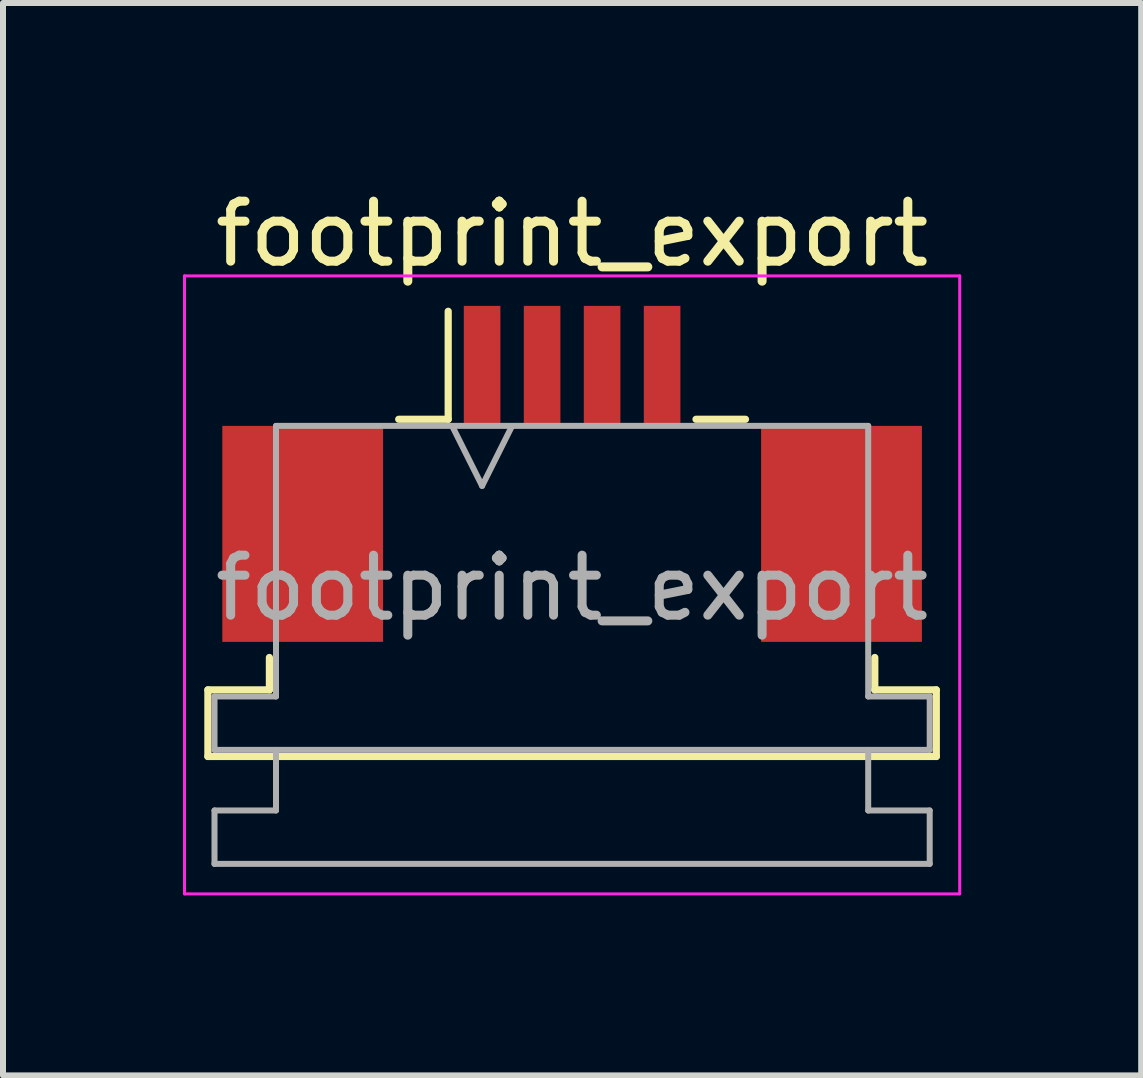
<source format=kicad_pcb>
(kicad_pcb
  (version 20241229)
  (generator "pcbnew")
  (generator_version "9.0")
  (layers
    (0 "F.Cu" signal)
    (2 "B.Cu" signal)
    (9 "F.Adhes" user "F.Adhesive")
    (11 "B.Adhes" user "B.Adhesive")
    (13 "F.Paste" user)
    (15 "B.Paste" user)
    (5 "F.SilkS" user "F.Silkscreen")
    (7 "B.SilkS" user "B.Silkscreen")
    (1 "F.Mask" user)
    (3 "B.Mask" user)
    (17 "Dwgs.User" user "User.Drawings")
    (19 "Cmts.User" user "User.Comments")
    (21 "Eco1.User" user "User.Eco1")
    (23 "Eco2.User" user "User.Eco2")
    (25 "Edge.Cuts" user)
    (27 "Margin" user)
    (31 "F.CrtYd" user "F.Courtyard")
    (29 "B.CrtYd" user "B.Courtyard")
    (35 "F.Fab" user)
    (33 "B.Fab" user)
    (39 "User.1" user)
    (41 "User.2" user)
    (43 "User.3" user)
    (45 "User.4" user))
  (footprint "footprint_export"
    (layer "F.Cu")
    (at 6.485 4.848)
    (property "Reference" "footprint_export" (at 0 -4 0) (layer "F.SilkS") (effects (font (size 1 1) (thickness 0.15))))
    (attr smd)
    (fp_line (start -6.07 3.6) (end -5.045 3.6) (stroke (width 0.12) (type solid)) (layer "F.SilkS"))
    (fp_line (start -6.07 4.71) (end -6.07 3.6) (stroke (width 0.12) (type solid)) (layer "F.SilkS"))
    (fp_line (start -5.045 3.6) (end -5.045 3.06) (stroke (width 0.12) (type solid)) (layer "F.SilkS"))
    (fp_line (start -2.89 -0.91) (end -2.065 -0.91) (stroke (width 0.12) (type solid)) (layer "F.SilkS"))
    (fp_line (start -2.065 -0.91) (end -2.065 -2.71) (stroke (width 0.12) (type solid)) (layer "F.SilkS"))
    (fp_line (start 2.065 -0.91) (end 2.89 -0.91) (stroke (width 0.12) (type solid)) (layer "F.SilkS"))
    (fp_line (start 5.045 3.06) (end 5.045 3.6) (stroke (width 0.12) (type solid)) (layer "F.SilkS"))
    (fp_line (start 5.045 3.6) (end 6.07 3.6) (stroke (width 0.12) (type solid)) (layer "F.SilkS"))
    (fp_line (start 6.07 3.6) (end 6.07 4.71) (stroke (width 0.12) (type solid)) (layer "F.SilkS"))
    (fp_line (start 6.07 4.71) (end -6.07 4.71) (stroke (width 0.12) (type solid)) (layer "F.SilkS"))
    (fp_line (start -6.46 -3.3) (end -6.46 7) (stroke (width 0.05) (type solid)) (layer "F.CrtYd"))
    (fp_line (start -6.46 7) (end 6.46 7) (stroke (width 0.05) (type solid)) (layer "F.CrtYd"))
    (fp_line (start 6.46 -3.3) (end -6.46 -3.3) (stroke (width 0.05) (type solid)) (layer "F.CrtYd"))
    (fp_line (start 6.46 7) (end 6.46 -3.3) (stroke (width 0.05) (type solid)) (layer "F.CrtYd"))
    (fp_line (start -5.96 3.71) (end -4.935 3.71) (stroke (width 0.1) (type solid)) (layer "F.Fab"))
    (fp_line (start -5.96 4.6) (end -5.96 3.71) (stroke (width 0.1) (type solid)) (layer "F.Fab"))
    (fp_line (start -5.96 5.61) (end -4.935 5.61) (stroke (width 0.1) (type solid)) (layer "F.Fab"))
    (fp_line (start -5.96 6.5) (end -5.96 5.61) (stroke (width 0.1) (type solid)) (layer "F.Fab"))
    (fp_line (start -4.935 -0.8) (end 4.935 -0.8) (stroke (width 0.1) (type solid)) (layer "F.Fab"))
    (fp_line (start -4.935 3.71) (end -4.935 -0.8) (stroke (width 0.1) (type solid)) (layer "F.Fab"))
    (fp_line (start -4.935 5.61) (end -4.935 4.6) (stroke (width 0.1) (type solid)) (layer "F.Fab"))
    (fp_line (start -2 -0.8) (end -1.5 0.2) (stroke (width 0.1) (type solid)) (layer "F.Fab"))
    (fp_line (start -1.5 0.2) (end -1 -0.8) (stroke (width 0.1) (type solid)) (layer "F.Fab"))
    (fp_line (start 4.935 -0.8) (end 4.935 3.71) (stroke (width 0.1) (type solid)) (layer "F.Fab"))
    (fp_line (start 4.935 3.71) (end 5.96 3.71) (stroke (width 0.1) (type solid)) (layer "F.Fab"))
    (fp_line (start 4.935 4.6) (end 4.935 5.61) (stroke (width 0.1) (type solid)) (layer "F.Fab"))
    (fp_line (start 4.935 5.61) (end 5.96 5.61) (stroke (width 0.1) (type solid)) (layer "F.Fab"))
    (fp_line (start 5.96 3.71) (end 5.96 4.6) (stroke (width 0.1) (type solid)) (layer "F.Fab"))
    (fp_line (start 5.96 4.6) (end -5.96 4.6) (stroke (width 0.1) (type solid)) (layer "F.Fab"))
    (fp_line (start 5.96 5.61) (end 5.96 6.5) (stroke (width 0.1) (type solid)) (layer "F.Fab"))
    (fp_line (start 5.96 6.5) (end -5.96 6.5) (stroke (width 0.1) (type solid)) (layer "F.Fab"))
    (fp_text user "${REFERENCE}" (at 0 1.9 0) (layer "F.Fab") (effects (font (size 1 1) (thickness 0.15))))
    (pad "1" smd rect (at -1.5 -1.8) (size 0.61 2) (layers "F.Cu" "F.Mask" "F.Paste"))
    (pad "2" smd rect (at -0.5 -1.8) (size 0.61 2) (layers "F.Cu" "F.Mask" "F.Paste"))
    (pad "3" smd rect (at 0.5 -1.8) (size 0.61 2) (layers "F.Cu" "F.Mask" "F.Paste"))
    (pad "4" smd rect (at 1.5 -1.8) (size 0.61 2) (layers "F.Cu" "F.Mask" "F.Paste"))
    (pad "MP" smd rect (at -4.49 1) (size 2.68 3.6) (layers "F.Cu" "F.Mask" "F.Paste"))
    (pad "MP" smd rect (at 4.49 1) (size 2.68 3.6) (layers "F.Cu" "F.Mask" "F.Paste")))
  (gr_rect
    (start -3 -3)
    (end 15.97 14.873)
    (stroke (width 0.1) (type default))
    (fill no)
    (layer "Edge.Cuts")))
</source>
